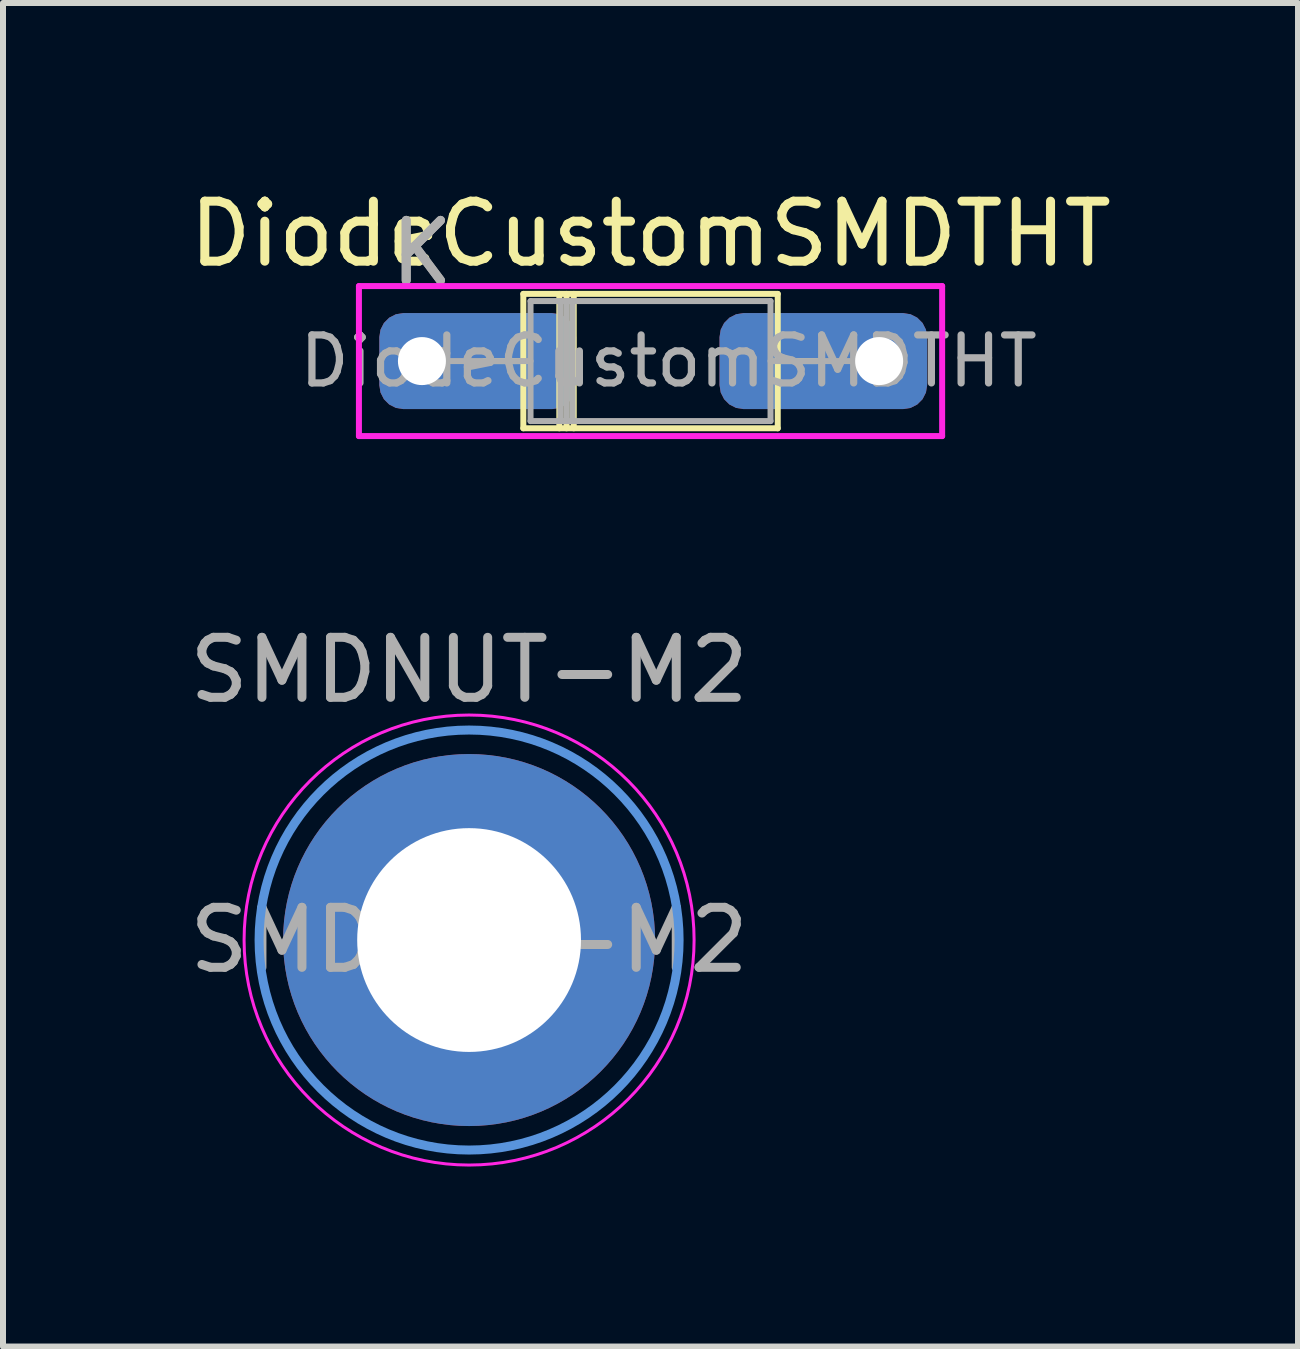
<source format=kicad_pcb>
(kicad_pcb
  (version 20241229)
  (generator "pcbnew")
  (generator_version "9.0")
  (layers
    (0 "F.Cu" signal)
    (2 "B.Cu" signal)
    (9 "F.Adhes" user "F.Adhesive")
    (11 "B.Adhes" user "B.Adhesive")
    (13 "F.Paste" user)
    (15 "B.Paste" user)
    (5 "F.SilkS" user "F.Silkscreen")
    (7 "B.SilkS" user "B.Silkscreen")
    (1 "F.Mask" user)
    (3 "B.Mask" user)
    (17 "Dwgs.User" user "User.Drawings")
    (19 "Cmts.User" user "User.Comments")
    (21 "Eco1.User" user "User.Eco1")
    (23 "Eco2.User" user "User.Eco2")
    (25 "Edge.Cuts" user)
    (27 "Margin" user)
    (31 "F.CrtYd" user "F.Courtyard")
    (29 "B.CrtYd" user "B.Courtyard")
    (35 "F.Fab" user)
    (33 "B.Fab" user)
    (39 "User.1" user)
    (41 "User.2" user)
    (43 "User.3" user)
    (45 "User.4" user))
  (footprint "DiodeCustomSMDTHT"
    (layer "F.Cu")
    (at 3.982 2.968)
    (property "Reference" "DiodeCustomSMDTHT" (at 3.81 -2.12 180) (layer "F.SilkS") (effects (font (size 1 1) (thickness 0.15))))
    (attr through_hole)
    (fp_line (start 1.04 0) (end 1.69 0) (stroke (width 0.1) (type solid)) (layer "F.SilkS"))
    (fp_line (start 1.69 -1.12) (end 1.69 1.12) (stroke (width 0.1) (type solid)) (layer "F.SilkS"))
    (fp_line (start 1.69 1.12) (end 5.93 1.12) (stroke (width 0.1) (type solid)) (layer "F.SilkS"))
    (fp_line (start 2.29 -1.12) (end 2.29 1.12) (stroke (width 0.1) (type solid)) (layer "F.SilkS"))
    (fp_line (start 2.41 -1.12) (end 2.41 1.12) (stroke (width 0.1) (type solid)) (layer "F.SilkS"))
    (fp_line (start 2.53 -1.12) (end 2.53 1.12) (stroke (width 0.1) (type solid)) (layer "F.SilkS"))
    (fp_line (start 5.93 -1.12) (end 1.69 -1.12) (stroke (width 0.1) (type solid)) (layer "F.SilkS"))
    (fp_line (start 5.93 1.12) (end 5.93 -1.12) (stroke (width 0.1) (type solid)) (layer "F.SilkS"))
    (fp_line (start 6.58 0) (end 5.93 0) (stroke (width 0.1) (type solid)) (layer "F.SilkS"))
    (fp_line (start -1.05 -1.25) (end -1.05 1.25) (stroke (width 0.1) (type solid)) (layer "F.CrtYd"))
    (fp_line (start -1.05 1.25) (end 8.67 1.25) (stroke (width 0.1) (type solid)) (layer "F.CrtYd"))
    (fp_line (start 8.67 -1.25) (end -1.05 -1.25) (stroke (width 0.1) (type solid)) (layer "F.CrtYd"))
    (fp_line (start 8.67 1.25) (end 8.67 -1.25) (stroke (width 0.1) (type solid)) (layer "F.CrtYd"))
    (fp_line (start 0 0) (end 1.81 0) (stroke (width 0.1) (type solid)) (layer "F.Fab"))
    (fp_line (start 1.81 -1) (end 1.81 1) (stroke (width 0.1) (type solid)) (layer "F.Fab"))
    (fp_line (start 1.81 1) (end 5.81 1) (stroke (width 0.1) (type solid)) (layer "F.Fab"))
    (fp_line (start 2.31 -1) (end 2.31 1) (stroke (width 0.1) (type solid)) (layer "F.Fab"))
    (fp_line (start 2.41 -1) (end 2.41 1) (stroke (width 0.1) (type solid)) (layer "F.Fab"))
    (fp_line (start 2.51 -1) (end 2.51 1) (stroke (width 0.1) (type solid)) (layer "F.Fab"))
    (fp_line (start 5.81 -1) (end 1.81 -1) (stroke (width 0.1) (type solid)) (layer "F.Fab"))
    (fp_line (start 5.81 1) (end 5.81 -1) (stroke (width 0.1) (type solid)) (layer "F.Fab"))
    (fp_line (start 7.62 0) (end 5.81 0) (stroke (width 0.1) (type solid)) (layer "F.Fab"))
    (fp_text user "K" (at 0 -1.8 180) (layer "F.Fab") (effects (font (size 1 1) (thickness 0.15))))
    (fp_text user "${REFERENCE}" (at 4.11 0 180) (layer "F.Fab") (effects (font (size 0.8 0.8) (thickness 0.12))))
    (fp_text user "K" (at 0 -1.8 180) (layer "F.Fab") (effects (font (size 1 1) (thickness 0.15))))
    (pad "1" thru_hole roundrect (at 0 0) (size 3.28 1.6) (drill 0.8 (offset 0.93 0)) (layers "*.Cu" "*.Mask") (roundrect_rratio 0.25))
    (pad "2" thru_hole roundrect (at 7.62 0) (size 3.46 1.6) (drill 0.8 (offset -0.93 0)) (layers "*.Cu" "*.Mask") (roundrect_rratio 0.25)))
  (footprint "SMDNUT-M2"
    (layer "F.Cu")
    (at 4.768 12.617)
    (property "Reference" "SMDNUT-M2" (at 0 -4.5 0) (layer "F.Fab") (effects (font (size 1 1) (thickness 0.15))))
    (attr exclude_from_pos_files)
    (fp_circle (center 0 0) (end 3.5 0) (stroke (width 0.15) (type solid)) (fill no) (layer "Cmts.User"))
    (fp_circle (center 0 0) (end 3.75 0) (stroke (width 0.05) (type solid)) (fill no) (layer "F.CrtYd"))
    (fp_text user "${REFERENCE}" (at 0 0 0) (layer "F.Fab") (effects (font (size 1 1) (thickness 0.15))))
    (pad "" np_thru_hole circle (at 0 0) (size 6.2 6.2) (drill 3.73) (layers "*.Cu" "*.Mask")))
  (gr_rect
    (start -3 -3)
    (end 18.583 19.392)
    (stroke (width 0.1) (type default))
    (fill no)
    (layer "Edge.Cuts")))
</source>
